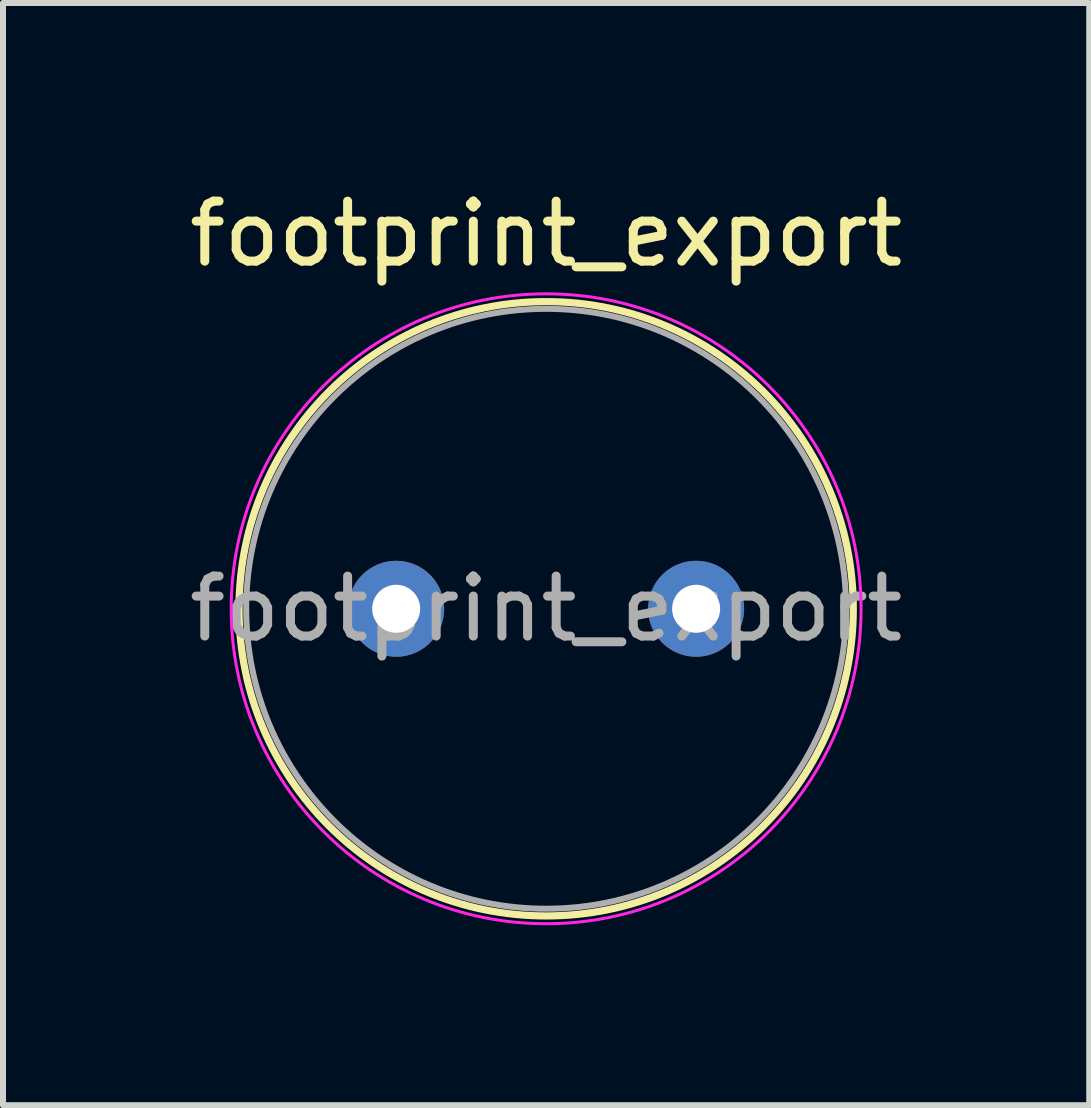
<source format=kicad_pcb>
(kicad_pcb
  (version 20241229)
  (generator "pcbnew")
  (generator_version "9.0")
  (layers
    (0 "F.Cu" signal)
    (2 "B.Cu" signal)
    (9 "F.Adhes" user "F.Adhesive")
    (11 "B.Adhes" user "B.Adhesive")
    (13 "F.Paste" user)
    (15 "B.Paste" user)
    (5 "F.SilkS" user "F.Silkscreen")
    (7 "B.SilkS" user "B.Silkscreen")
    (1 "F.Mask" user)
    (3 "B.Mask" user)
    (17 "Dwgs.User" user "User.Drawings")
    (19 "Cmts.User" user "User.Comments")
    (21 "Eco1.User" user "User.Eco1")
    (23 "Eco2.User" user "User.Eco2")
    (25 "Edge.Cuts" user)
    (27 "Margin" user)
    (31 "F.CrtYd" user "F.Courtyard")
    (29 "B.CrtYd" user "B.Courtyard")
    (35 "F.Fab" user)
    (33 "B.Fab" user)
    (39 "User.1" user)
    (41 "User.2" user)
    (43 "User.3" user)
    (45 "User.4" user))
  (footprint "footprint_export"
    (layer "F.Cu")
    (at 3.554 7.098)
    (property "Reference" "footprint_export" (at 2.5 -6.25 0) (layer "F.SilkS") (effects (font (size 1 1) (thickness 0.15))))
    (attr through_hole)
    (fp_circle (center 2.5 0) (end 7.62 0) (stroke (width 0.12) (type solid)) (fill no) (layer "F.SilkS"))
    (fp_circle (center 2.5 0) (end 7.75 0) (stroke (width 0.05) (type solid)) (fill no) (layer "F.CrtYd"))
    (fp_circle (center 2.5 0) (end 7.5 0) (stroke (width 0.1) (type solid)) (fill no) (layer "F.Fab"))
    (fp_text user "${REFERENCE}" (at 2.5 0 0) (layer "F.Fab") (effects (font (size 1 1) (thickness 0.15))))
    (pad "1" thru_hole circle (at 0 0) (size 1.6 1.6) (drill 0.8) (layers "*.Cu" "*.Mask"))
    (pad "2" thru_hole circle (at 5 0) (size 1.6 1.6) (drill 0.8) (layers "*.Cu" "*.Mask")))
  (gr_rect
    (start -3 -3)
    (end 15.107 15.373)
    (stroke (width 0.1) (type default))
    (fill no)
    (layer "Edge.Cuts")))
</source>
